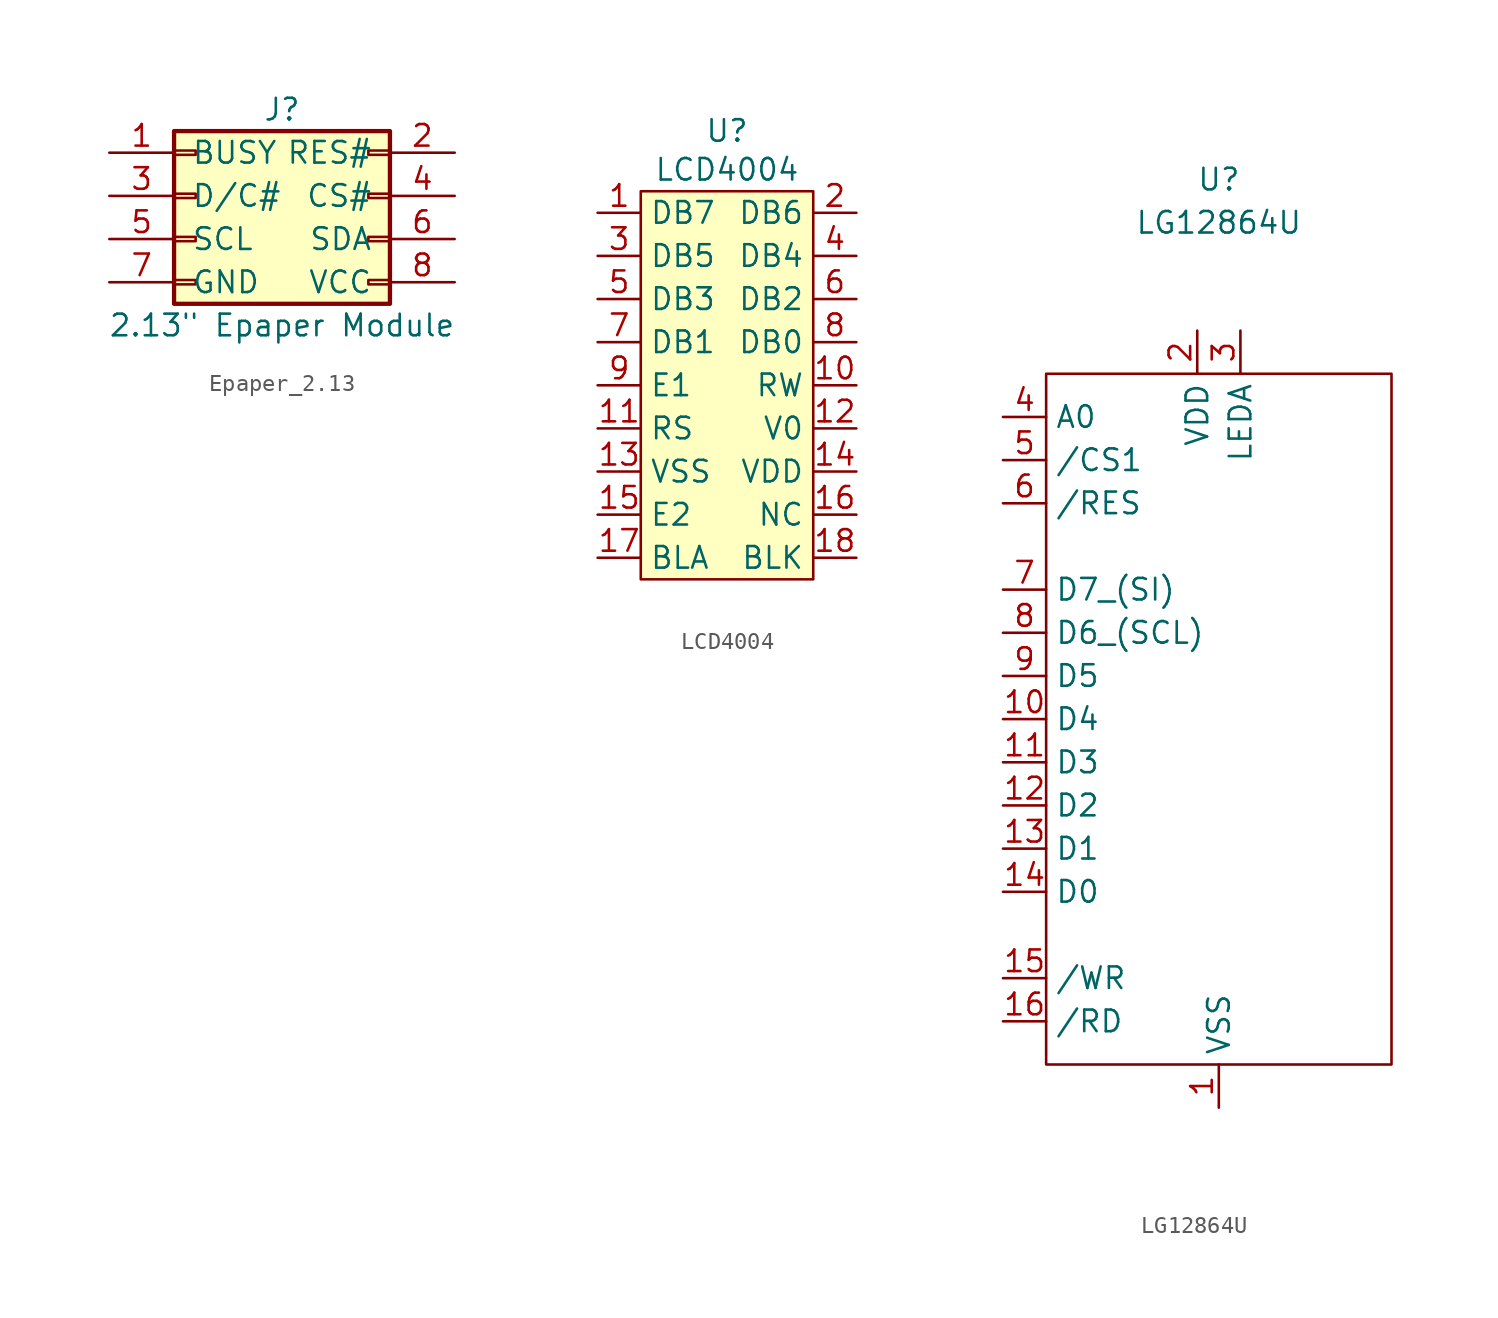
<source format=kicad_sym>
(kicad_symbol_lib
  (version 20231120)
  (generator "kicad_symbol_editor")
  (generator_version "8.0")
  (symbol "Epaper_2.13"
    (pin_names
      (offset 1.016))
    (property "Reference" "J"
      (at 0 6.35 0)
      (effects (font (size 1.27 1.27))))
    (property "Value" "2.13\" Epaper Module"
      (at 0 -6.35 0)
      (effects (font (size 1.27 1.27))))
    (symbol "Epaper_2.13_1_1"
      (rectangle (start -6.35 -3.683) (end -5.08 -3.937) (stroke (width 0.152) (type default)) (fill (type none)))
      (rectangle (start -6.35 -1.143) (end -5.08 -1.397) (stroke (width 0.152) (type default)) (fill (type none)))
      (rectangle (start -6.35 1.397) (end -5.08 1.143) (stroke (width 0.152) (type default)) (fill (type none)))
      (rectangle (start -6.35 3.937) (end -5.08 3.683) (stroke (width 0.152) (type default)) (fill (type none)))
      (rectangle (start -6.35 5.08) (end 6.35 -5.08) (stroke (width 0.254) (type default)) (fill (type background)))
      (rectangle (start 6.35 -3.683) (end 5.08 -3.937) (stroke (width 0.152) (type default)) (fill (type none)))
      (rectangle (start 6.35 -1.143) (end 5.08 -1.397) (stroke (width 0.152) (type default)) (fill (type none)))
      (rectangle (start 6.35 1.397) (end 5.08 1.143) (stroke (width 0.152) (type default)) (fill (type none)))
      (rectangle (start 6.35 3.937) (end 5.08 3.683) (stroke (width 0.152) (type default)) (fill (type none)))
      (pin passive line (at -10.16 3.81 0) (length 3.81) (name "BUSY" (effects (font (size 1.27 1.27)))) (number "1" (effects (font (size 1.27 1.27)))))
      (pin passive line (at 10.16 3.81 180) (length 3.81) (name "RES#" (effects (font (size 1.27 1.27)))) (number "2" (effects (font (size 1.27 1.27)))))
      (pin passive line (at -10.16 1.27 0) (length 3.81) (name "D/C#" (effects (font (size 1.27 1.27)))) (number "3" (effects (font (size 1.27 1.27)))))
      (pin passive line (at 10.16 1.27 180) (length 3.81) (name "CS#" (effects (font (size 1.27 1.27)))) (number "4" (effects (font (size 1.27 1.27)))))
      (pin passive line (at -10.16 -1.27 0) (length 3.81) (name "SCL" (effects (font (size 1.27 1.27)))) (number "5" (effects (font (size 1.27 1.27)))))
      (pin passive line (at 10.16 -1.27 180) (length 3.81) (name "SDA" (effects (font (size 1.27 1.27)))) (number "6" (effects (font (size 1.27 1.27)))))
      (pin passive line (at -10.16 -3.81 0) (length 3.81) (name "GND" (effects (font (size 1.27 1.27)))) (number "7" (effects (font (size 1.27 1.27)))))
      (pin passive line (at 10.16 -3.81 180) (length 3.81) (name "VCC" (effects (font (size 1.27 1.27)))) (number "8" (effects (font (size 1.27 1.27)))))))
  (symbol "LCD4004"
    (property "Reference" "U"
      (at 0 14.986 0)
      (effects (font (size 1.27 1.27))))
    (property "Value" "LCD4004"
      (at 0 12.7 0)
      (effects (font (size 1.27 1.27))))
    (symbol "LCD4004_0_0"
      (pin unspecified line (at -7.62 10.16 0) (length 2.54) (name "DB7" (effects (font (size 1.27 1.27)))) (number "1" (effects (font (size 1.27 1.27)))))
      (pin unspecified line (at 7.62 0 180) (length 2.54) (name "RW" (effects (font (size 1.27 1.27)))) (number "10" (effects (font (size 1.27 1.27)))))
      (pin unspecified line (at -7.62 -2.54 0) (length 2.54) (name "RS" (effects (font (size 1.27 1.27)))) (number "11" (effects (font (size 1.27 1.27)))))
      (pin unspecified line (at 7.62 -2.54 180) (length 2.54) (name "V0" (effects (font (size 1.27 1.27)))) (number "12" (effects (font (size 1.27 1.27)))))
      (pin unspecified line (at -7.62 -5.08 0) (length 2.54) (name "VSS" (effects (font (size 1.27 1.27)))) (number "13" (effects (font (size 1.27 1.27)))))
      (pin unspecified line (at 7.62 -5.08 180) (length 2.54) (name "VDD" (effects (font (size 1.27 1.27)))) (number "14" (effects (font (size 1.27 1.27)))))
      (pin unspecified line (at -7.62 -7.62 0) (length 2.54) (name "E2" (effects (font (size 1.27 1.27)))) (number "15" (effects (font (size 1.27 1.27)))))
      (pin unspecified line (at 7.62 -7.62 180) (length 2.54) (name "NC" (effects (font (size 1.27 1.27)))) (number "16" (effects (font (size 1.27 1.27)))))
      (pin unspecified line (at -7.62 -10.16 0) (length 2.54) (name "BLA" (effects (font (size 1.27 1.27)))) (number "17" (effects (font (size 1.27 1.27)))))
      (pin unspecified line (at 7.62 -10.16 180) (length 2.54) (name "BLK" (effects (font (size 1.27 1.27)))) (number "18" (effects (font (size 1.27 1.27)))))
      (pin unspecified line (at 7.62 10.16 180) (length 2.54) (name "DB6" (effects (font (size 1.27 1.27)))) (number "2" (effects (font (size 1.27 1.27)))))
      (pin unspecified line (at -7.62 7.62 0) (length 2.54) (name "DB5" (effects (font (size 1.27 1.27)))) (number "3" (effects (font (size 1.27 1.27)))))
      (pin unspecified line (at 7.62 7.62 180) (length 2.54) (name "DB4" (effects (font (size 1.27 1.27)))) (number "4" (effects (font (size 1.27 1.27)))))
      (pin unspecified line (at -7.62 5.08 0) (length 2.54) (name "DB3" (effects (font (size 1.27 1.27)))) (number "5" (effects (font (size 1.27 1.27)))))
      (pin unspecified line (at 7.62 5.08 180) (length 2.54) (name "DB2" (effects (font (size 1.27 1.27)))) (number "6" (effects (font (size 1.27 1.27)))))
      (pin unspecified line (at -7.62 2.54 0) (length 2.54) (name "DB1" (effects (font (size 1.27 1.27)))) (number "7" (effects (font (size 1.27 1.27)))))
      (pin unspecified line (at 7.62 2.54 180) (length 2.54) (name "DB0" (effects (font (size 1.27 1.27)))) (number "8" (effects (font (size 1.27 1.27)))))
      (pin unspecified line (at -7.62 0 0) (length 2.54) (name "E1" (effects (font (size 1.27 1.27)))) (number "9" (effects (font (size 1.27 1.27))))))
    (symbol "LCD4004_0_1"
      (rectangle (start -5.08 11.43) (end 5.08 -11.43) (stroke (width 0) (type default)) (fill (type background)))))
  (symbol "LG12864U"
    (property "Reference" "U"
      (at 0 11.43 0)
      (effects (font (size 1.27 1.27))))
    (property "Value" "LG12864U"
      (at 0 8.89 0)
      (effects (font (size 1.27 1.27))))
    (symbol "LG12864U_0_0"
      (pin unspecified line (at 0 -43.18 90) (length 2.54) (name "VSS" (effects (font (size 1.27 1.27)))) (number "1" (effects (font (size 1.27 1.27)))))
      (pin unspecified line (at -12.7 -20.32 0) (length 2.54) (name "D4" (effects (font (size 1.27 1.27)))) (number "10" (effects (font (size 1.27 1.27)))))
      (pin unspecified line (at -12.7 -22.86 0) (length 2.54) (name "D3" (effects (font (size 1.27 1.27)))) (number "11" (effects (font (size 1.27 1.27)))))
      (pin unspecified line (at -12.7 -25.4 0) (length 2.54) (name "D2" (effects (font (size 1.27 1.27)))) (number "12" (effects (font (size 1.27 1.27)))))
      (pin unspecified line (at -12.7 -27.94 0) (length 2.54) (name "D1" (effects (font (size 1.27 1.27)))) (number "13" (effects (font (size 1.27 1.27)))))
      (pin unspecified line (at -12.7 -30.48 0) (length 2.54) (name "D0" (effects (font (size 1.27 1.27)))) (number "14" (effects (font (size 1.27 1.27)))))
      (pin unspecified line (at -12.7 -35.56 0) (length 2.54) (name "/WR" (effects (font (size 1.27 1.27)))) (number "15" (effects (font (size 1.27 1.27)))))
      (pin unspecified line (at -12.7 -38.1 0) (length 2.54) (name "/RD" (effects (font (size 1.27 1.27)))) (number "16" (effects (font (size 1.27 1.27)))))
      (pin unspecified line (at -1.27 2.54 270) (length 2.54) (name "VDD" (effects (font (size 1.27 1.27)))) (number "2" (effects (font (size 1.27 1.27)))))
      (pin unspecified line (at 1.27 2.54 270) (length 2.54) (name "LEDA" (effects (font (size 1.27 1.27)))) (number "3" (effects (font (size 1.27 1.27)))))
      (pin unspecified line (at -12.7 -2.54 0) (length 2.54) (name "A0" (effects (font (size 1.27 1.27)))) (number "4" (effects (font (size 1.27 1.27)))))
      (pin unspecified line (at -12.7 -5.08 0) (length 2.54) (name "/CS1" (effects (font (size 1.27 1.27)))) (number "5" (effects (font (size 1.27 1.27)))))
      (pin unspecified line (at -12.7 -7.62 0) (length 2.54) (name "/RES" (effects (font (size 1.27 1.27)))) (number "6" (effects (font (size 1.27 1.27)))))
      (pin unspecified line (at -12.7 -12.7 0) (length 2.54) (name "D7_(SI)" (effects (font (size 1.27 1.27)))) (number "7" (effects (font (size 1.27 1.27)))))
      (pin unspecified line (at -12.7 -15.24 0) (length 2.54) (name "D6_(SCL)" (effects (font (size 1.27 1.27)))) (number "8" (effects (font (size 1.27 1.27)))))
      (pin unspecified line (at -12.7 -17.78 0) (length 2.54) (name "D5" (effects (font (size 1.27 1.27)))) (number "9" (effects (font (size 1.27 1.27))))))
    (symbol "LG12864U_0_1"
      (rectangle (start -10.16 0) (end 10.16 -40.64) (stroke (width 0) (type default)) (fill (type none))))))
</source>
